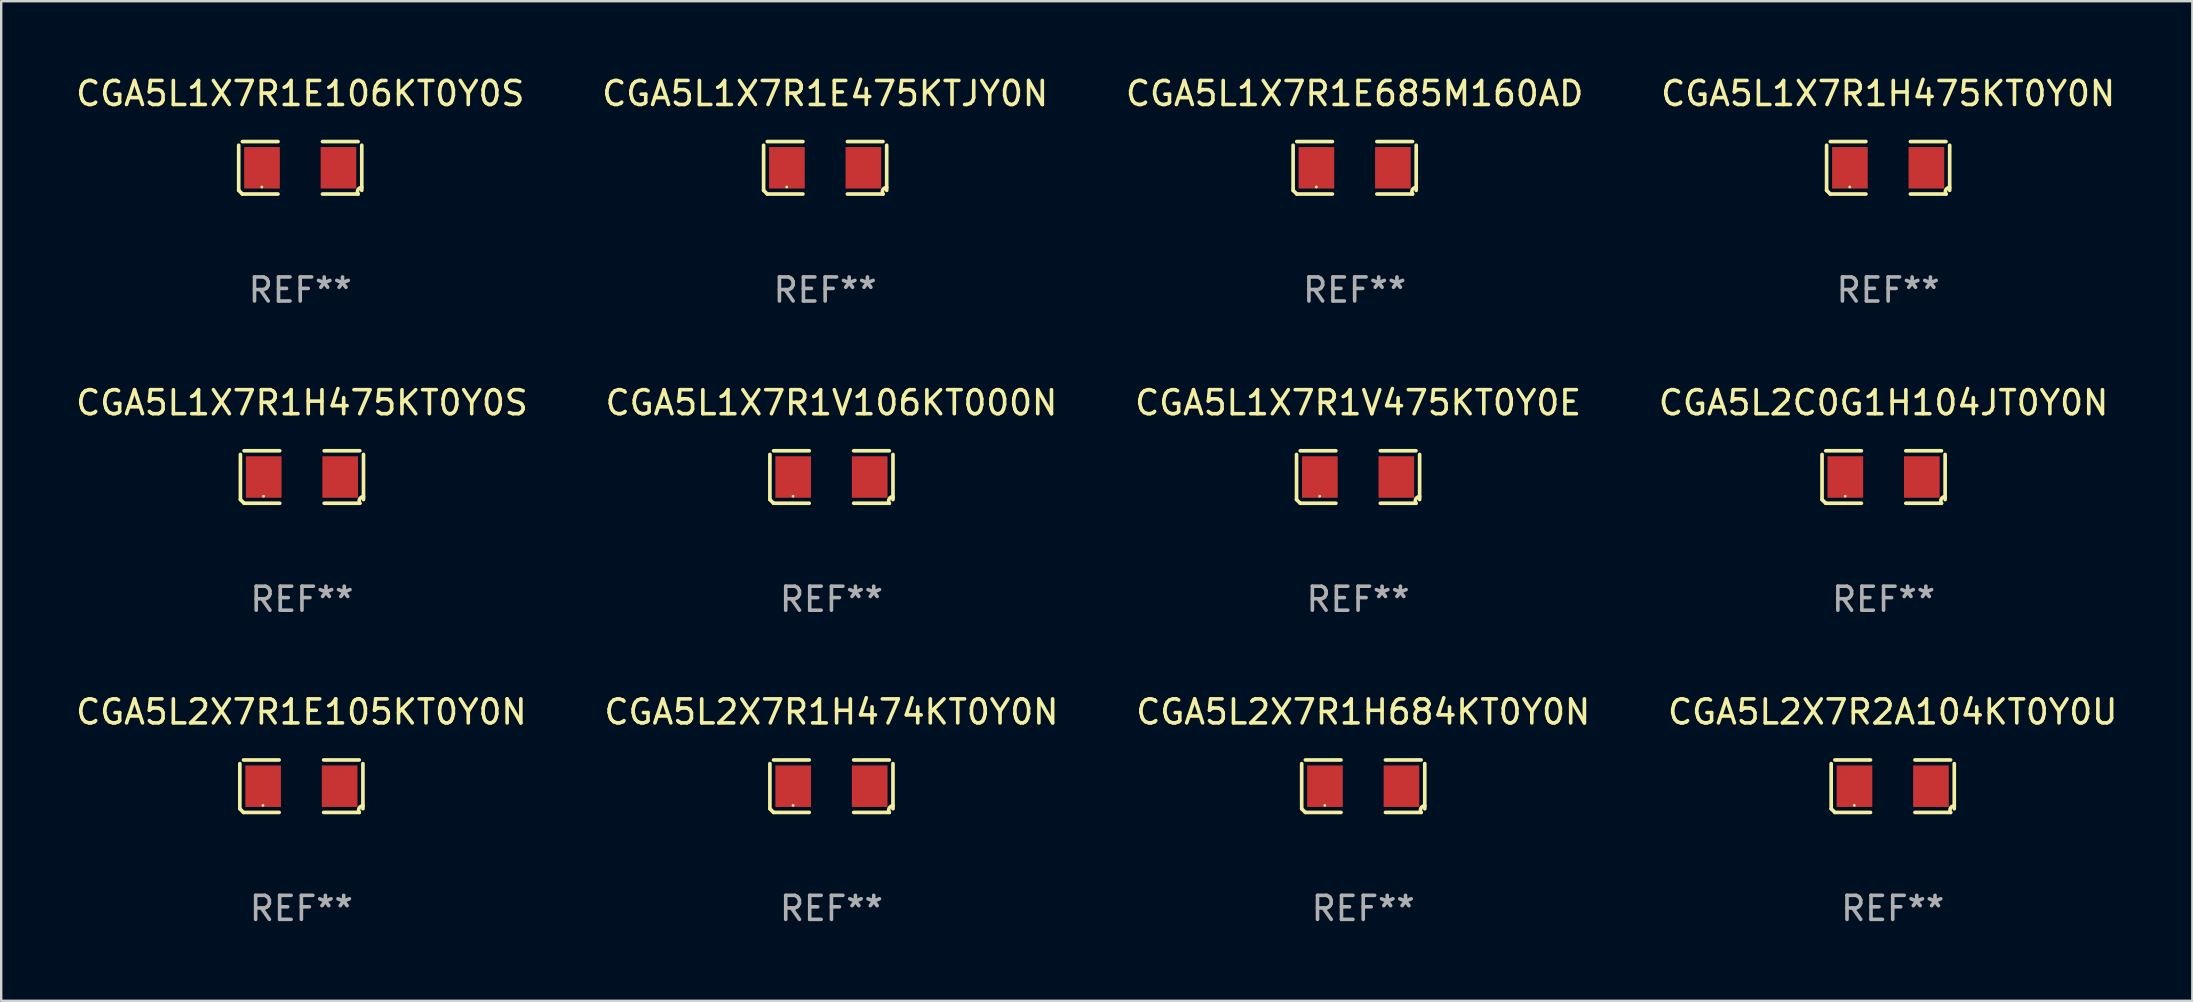
<source format=kicad_pcb>
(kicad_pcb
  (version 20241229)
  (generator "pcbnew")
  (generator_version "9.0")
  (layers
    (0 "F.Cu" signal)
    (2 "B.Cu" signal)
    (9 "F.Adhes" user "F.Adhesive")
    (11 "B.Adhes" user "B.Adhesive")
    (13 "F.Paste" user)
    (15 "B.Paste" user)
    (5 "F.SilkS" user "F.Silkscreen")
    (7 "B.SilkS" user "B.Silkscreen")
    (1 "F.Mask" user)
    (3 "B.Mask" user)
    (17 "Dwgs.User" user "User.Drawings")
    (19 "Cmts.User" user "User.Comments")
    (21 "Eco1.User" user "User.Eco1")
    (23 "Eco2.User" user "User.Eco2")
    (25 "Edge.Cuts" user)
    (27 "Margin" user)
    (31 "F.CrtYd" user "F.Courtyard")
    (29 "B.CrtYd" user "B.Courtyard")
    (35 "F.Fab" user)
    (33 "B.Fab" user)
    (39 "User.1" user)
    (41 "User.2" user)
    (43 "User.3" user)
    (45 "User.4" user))
  (footprint "CGA5L2C0G1H104JT0Y0N"
    (layer "F.Cu")
    (at 75.423 16.823)
    (property "Reference" "CGA5L2C0G1H104JT0Y0N" (at 0 -3.093 0) (layer "F.SilkS") (effects (font (size 1 1) (thickness 0.15))))
    (attr through_hole)
    (fp_line (start -2.564 0.94) (end -2.564 -0.94) (stroke (width 0.152) (type solid)) (layer "F.SilkS"))
    (fp_line (start -2.411 -1.093) (end -0.926 -1.093) (stroke (width 0.152) (type solid)) (layer "F.SilkS"))
    (fp_line (start -0.926 1.093) (end -2.411 1.093) (stroke (width 0.152) (type solid)) (layer "F.SilkS"))
    (fp_line (start 0.926 1.093) (end 2.411 1.093) (stroke (width 0.152) (type solid)) (layer "F.SilkS"))
    (fp_line (start 2.411 -1.093) (end 0.926 -1.093) (stroke (width 0.152) (type solid)) (layer "F.SilkS"))
    (fp_line (start 2.564 0.94) (end 2.564 -0.94) (stroke (width 0.152) (type solid)) (layer "F.SilkS"))
    (fp_arc (start -2.411201 1.092609) (mid -2.487413 1.01642) (end -2.563602 0.940208) (stroke (width 0.1524) (type solid)) (layer "F.SilkS"))
    (fp_arc (start 2.411201 1.092609) (mid 2.407159 0.911226) (end 2.563602 0.819347) (stroke (width 0.1524) (type solid)) (layer "F.SilkS"))
    (fp_circle (center -1.6 0.8) (end -1.57 0.8) (stroke (width 0.06) (type solid)) (fill no) (layer "F.SilkS"))
    (fp_text user "REF**" (at 0 5.093 0) (layer "F.Fab") (effects (font (size 1 1) (thickness 0.15))))
    (pad "1" smd rect (at -1.593 0) (size 1.485 1.728) (layers "F.Cu" "F.Mask" "F.Paste"))
    (pad "2" smd rect (at 1.593 0) (size 1.485 1.728) (layers "F.Cu" "F.Mask" "F.Paste")))
  (footprint "CGA5L2X7R2A104KT0Y0U"
    (layer "F.Cu")
    (at 75.804 29.704)
    (property "Reference" "CGA5L2X7R2A104KT0Y0U" (at 0 -3.093 0) (layer "F.SilkS") (effects (font (size 1 1) (thickness 0.15))))
    (attr through_hole)
    (fp_line (start -2.564 0.94) (end -2.564 -0.94) (stroke (width 0.152) (type solid)) (layer "F.SilkS"))
    (fp_line (start -2.411 -1.093) (end -0.926 -1.093) (stroke (width 0.152) (type solid)) (layer "F.SilkS"))
    (fp_line (start -0.926 1.093) (end -2.411 1.093) (stroke (width 0.152) (type solid)) (layer "F.SilkS"))
    (fp_line (start 0.926 1.093) (end 2.411 1.093) (stroke (width 0.152) (type solid)) (layer "F.SilkS"))
    (fp_line (start 2.411 -1.093) (end 0.926 -1.093) (stroke (width 0.152) (type solid)) (layer "F.SilkS"))
    (fp_line (start 2.564 0.94) (end 2.564 -0.94) (stroke (width 0.152) (type solid)) (layer "F.SilkS"))
    (fp_arc (start -2.411201 1.092609) (mid -2.487413 1.01642) (end -2.563602 0.940208) (stroke (width 0.1524) (type solid)) (layer "F.SilkS"))
    (fp_arc (start 2.411201 1.092609) (mid 2.407159 0.911226) (end 2.563602 0.819347) (stroke (width 0.1524) (type solid)) (layer "F.SilkS"))
    (fp_circle (center -1.6 0.8) (end -1.57 0.8) (stroke (width 0.06) (type solid)) (fill no) (layer "F.SilkS"))
    (fp_text user "REF**" (at 0 5.093 0) (layer "F.Fab") (effects (font (size 1 1) (thickness 0.15))))
    (pad "1" smd rect (at -1.593 0) (size 1.485 1.728) (layers "F.Cu" "F.Mask" "F.Paste"))
    (pad "2" smd rect (at 1.593 0) (size 1.485 1.728) (layers "F.Cu" "F.Mask" "F.Paste")))
  (footprint "CGA5L2X7R1H684KT0Y0N"
    (layer "F.Cu")
    (at 53.744 29.704)
    (property "Reference" "CGA5L2X7R1H684KT0Y0N" (at 0 -3.093 0) (layer "F.SilkS") (effects (font (size 1 1) (thickness 0.15))))
    (attr through_hole)
    (fp_line (start -2.564 0.94) (end -2.564 -0.94) (stroke (width 0.152) (type solid)) (layer "F.SilkS"))
    (fp_line (start -2.411 -1.093) (end -0.926 -1.093) (stroke (width 0.152) (type solid)) (layer "F.SilkS"))
    (fp_line (start -0.926 1.093) (end -2.411 1.093) (stroke (width 0.152) (type solid)) (layer "F.SilkS"))
    (fp_line (start 0.926 1.093) (end 2.411 1.093) (stroke (width 0.152) (type solid)) (layer "F.SilkS"))
    (fp_line (start 2.411 -1.093) (end 0.926 -1.093) (stroke (width 0.152) (type solid)) (layer "F.SilkS"))
    (fp_line (start 2.564 0.94) (end 2.564 -0.94) (stroke (width 0.152) (type solid)) (layer "F.SilkS"))
    (fp_arc (start -2.411201 1.092609) (mid -2.487413 1.01642) (end -2.563602 0.940208) (stroke (width 0.1524) (type solid)) (layer "F.SilkS"))
    (fp_arc (start 2.411201 1.092609) (mid 2.407159 0.911226) (end 2.563602 0.819347) (stroke (width 0.1524) (type solid)) (layer "F.SilkS"))
    (fp_circle (center -1.6 0.8) (end -1.57 0.8) (stroke (width 0.06) (type solid)) (fill no) (layer "F.SilkS"))
    (fp_text user "REF**" (at 0 5.093 0) (layer "F.Fab") (effects (font (size 1 1) (thickness 0.15))))
    (pad "1" smd rect (at -1.593 0) (size 1.485 1.728) (layers "F.Cu" "F.Mask" "F.Paste"))
    (pad "2" smd rect (at 1.593 0) (size 1.485 1.728) (layers "F.Cu" "F.Mask" "F.Paste")))
  (footprint "CGA5L1X7R1H475KT0Y0N"
    (layer "F.Cu")
    (at 75.613 3.941)
    (property "Reference" "CGA5L1X7R1H475KT0Y0N" (at 0 -3.093 0) (layer "F.SilkS") (effects (font (size 1 1) (thickness 0.15))))
    (attr through_hole)
    (fp_line (start -2.564 0.94) (end -2.564 -0.94) (stroke (width 0.152) (type solid)) (layer "F.SilkS"))
    (fp_line (start -2.411 -1.093) (end -0.926 -1.093) (stroke (width 0.152) (type solid)) (layer "F.SilkS"))
    (fp_line (start -0.926 1.093) (end -2.411 1.093) (stroke (width 0.152) (type solid)) (layer "F.SilkS"))
    (fp_line (start 0.926 1.093) (end 2.411 1.093) (stroke (width 0.152) (type solid)) (layer "F.SilkS"))
    (fp_line (start 2.411 -1.093) (end 0.926 -1.093) (stroke (width 0.152) (type solid)) (layer "F.SilkS"))
    (fp_line (start 2.564 0.94) (end 2.564 -0.94) (stroke (width 0.152) (type solid)) (layer "F.SilkS"))
    (fp_arc (start -2.411201 1.092609) (mid -2.487413 1.01642) (end -2.563602 0.940208) (stroke (width 0.1524) (type solid)) (layer "F.SilkS"))
    (fp_arc (start 2.411201 1.092609) (mid 2.407159 0.911226) (end 2.563602 0.819347) (stroke (width 0.1524) (type solid)) (layer "F.SilkS"))
    (fp_circle (center -1.6 0.8) (end -1.57 0.8) (stroke (width 0.06) (type solid)) (fill no) (layer "F.SilkS"))
    (fp_text user "REF**" (at 0 5.093 0) (layer "F.Fab") (effects (font (size 1 1) (thickness 0.15))))
    (pad "1" smd rect (at -1.593 0) (size 1.485 1.728) (layers "F.Cu" "F.Mask" "F.Paste"))
    (pad "2" smd rect (at 1.593 0) (size 1.485 1.728) (layers "F.Cu" "F.Mask" "F.Paste")))
  (footprint "CGA5L1X7R1E685M160AD"
    (layer "F.Cu")
    (at 53.387 3.941)
    (property "Reference" "CGA5L1X7R1E685M160AD" (at 0 -3.093 0) (layer "F.SilkS") (effects (font (size 1 1) (thickness 0.15))))
    (attr through_hole)
    (fp_line (start -2.564 0.94) (end -2.564 -0.94) (stroke (width 0.152) (type solid)) (layer "F.SilkS"))
    (fp_line (start -2.411 -1.093) (end -0.926 -1.093) (stroke (width 0.152) (type solid)) (layer "F.SilkS"))
    (fp_line (start -0.926 1.093) (end -2.411 1.093) (stroke (width 0.152) (type solid)) (layer "F.SilkS"))
    (fp_line (start 0.926 1.093) (end 2.411 1.093) (stroke (width 0.152) (type solid)) (layer "F.SilkS"))
    (fp_line (start 2.411 -1.093) (end 0.926 -1.093) (stroke (width 0.152) (type solid)) (layer "F.SilkS"))
    (fp_line (start 2.564 0.94) (end 2.564 -0.94) (stroke (width 0.152) (type solid)) (layer "F.SilkS"))
    (fp_arc (start -2.411201 1.092609) (mid -2.487413 1.01642) (end -2.563602 0.940208) (stroke (width 0.1524) (type solid)) (layer "F.SilkS"))
    (fp_arc (start 2.411201 1.092609) (mid 2.407159 0.911226) (end 2.563602 0.819347) (stroke (width 0.1524) (type solid)) (layer "F.SilkS"))
    (fp_circle (center -1.6 0.8) (end -1.57 0.8) (stroke (width 0.06) (type solid)) (fill no) (layer "F.SilkS"))
    (fp_text user "REF**" (at 0 5.093 0) (layer "F.Fab") (effects (font (size 1 1) (thickness 0.15))))
    (pad "1" smd rect (at -1.593 0) (size 1.485 1.728) (layers "F.Cu" "F.Mask" "F.Paste"))
    (pad "2" smd rect (at 1.593 0) (size 1.485 1.728) (layers "F.Cu" "F.Mask" "F.Paste")))
  (footprint "CGA5L1X7R1V106KT000N"
    (layer "F.Cu")
    (at 31.589 16.823)
    (property "Reference" "CGA5L1X7R1V106KT000N" (at 0 -3.093 0) (layer "F.SilkS") (effects (font (size 1 1) (thickness 0.15))))
    (attr through_hole)
    (fp_line (start -2.564 0.94) (end -2.564 -0.94) (stroke (width 0.152) (type solid)) (layer "F.SilkS"))
    (fp_line (start -2.411 -1.093) (end -0.926 -1.093) (stroke (width 0.152) (type solid)) (layer "F.SilkS"))
    (fp_line (start -0.926 1.093) (end -2.411 1.093) (stroke (width 0.152) (type solid)) (layer "F.SilkS"))
    (fp_line (start 0.926 1.093) (end 2.411 1.093) (stroke (width 0.152) (type solid)) (layer "F.SilkS"))
    (fp_line (start 2.411 -1.093) (end 0.926 -1.093) (stroke (width 0.152) (type solid)) (layer "F.SilkS"))
    (fp_line (start 2.564 0.94) (end 2.564 -0.94) (stroke (width 0.152) (type solid)) (layer "F.SilkS"))
    (fp_arc (start -2.411201 1.092609) (mid -2.487413 1.01642) (end -2.563602 0.940208) (stroke (width 0.1524) (type solid)) (layer "F.SilkS"))
    (fp_arc (start 2.411201 1.092609) (mid 2.407159 0.911226) (end 2.563602 0.819347) (stroke (width 0.1524) (type solid)) (layer "F.SilkS"))
    (fp_circle (center -1.6 0.8) (end -1.57 0.8) (stroke (width 0.06) (type solid)) (fill no) (layer "F.SilkS"))
    (fp_text user "REF**" (at 0 5.093 0) (layer "F.Fab") (effects (font (size 1 1) (thickness 0.15))))
    (pad "1" smd rect (at -1.593 0) (size 1.485 1.728) (layers "F.Cu" "F.Mask" "F.Paste"))
    (pad "2" smd rect (at 1.593 0) (size 1.485 1.728) (layers "F.Cu" "F.Mask" "F.Paste")))
  (footprint "CGA5L1X7R1E475KTJY0N"
    (layer "F.Cu")
    (at 31.327 3.941)
    (property "Reference" "CGA5L1X7R1E475KTJY0N" (at 0 -3.093 0) (layer "F.SilkS") (effects (font (size 1 1) (thickness 0.15))))
    (attr through_hole)
    (fp_line (start -2.564 0.94) (end -2.564 -0.94) (stroke (width 0.152) (type solid)) (layer "F.SilkS"))
    (fp_line (start -2.411 -1.093) (end -0.926 -1.093) (stroke (width 0.152) (type solid)) (layer "F.SilkS"))
    (fp_line (start -0.926 1.093) (end -2.411 1.093) (stroke (width 0.152) (type solid)) (layer "F.SilkS"))
    (fp_line (start 0.926 1.093) (end 2.411 1.093) (stroke (width 0.152) (type solid)) (layer "F.SilkS"))
    (fp_line (start 2.411 -1.093) (end 0.926 -1.093) (stroke (width 0.152) (type solid)) (layer "F.SilkS"))
    (fp_line (start 2.564 0.94) (end 2.564 -0.94) (stroke (width 0.152) (type solid)) (layer "F.SilkS"))
    (fp_arc (start -2.411201 1.092609) (mid -2.487413 1.01642) (end -2.563602 0.940208) (stroke (width 0.1524) (type solid)) (layer "F.SilkS"))
    (fp_arc (start 2.411201 1.092609) (mid 2.407159 0.911226) (end 2.563602 0.819347) (stroke (width 0.1524) (type solid)) (layer "F.SilkS"))
    (fp_circle (center -1.6 0.8) (end -1.57 0.8) (stroke (width 0.06) (type solid)) (fill no) (layer "F.SilkS"))
    (fp_text user "REF**" (at 0 5.093 0) (layer "F.Fab") (effects (font (size 1 1) (thickness 0.15))))
    (pad "1" smd rect (at -1.593 0) (size 1.485 1.728) (layers "F.Cu" "F.Mask" "F.Paste"))
    (pad "2" smd rect (at 1.593 0) (size 1.485 1.728) (layers "F.Cu" "F.Mask" "F.Paste")))
  (footprint "CGA5L1X7R1E106KT0Y0S"
    (layer "F.Cu")
    (at 9.458 3.941)
    (property "Reference" "CGA5L1X7R1E106KT0Y0S" (at 0 -3.093 0) (layer "F.SilkS") (effects (font (size 1 1) (thickness 0.15))))
    (attr through_hole)
    (fp_line (start -2.564 0.94) (end -2.564 -0.94) (stroke (width 0.152) (type solid)) (layer "F.SilkS"))
    (fp_line (start -2.411 -1.093) (end -0.926 -1.093) (stroke (width 0.152) (type solid)) (layer "F.SilkS"))
    (fp_line (start -0.926 1.093) (end -2.411 1.093) (stroke (width 0.152) (type solid)) (layer "F.SilkS"))
    (fp_line (start 0.926 1.093) (end 2.411 1.093) (stroke (width 0.152) (type solid)) (layer "F.SilkS"))
    (fp_line (start 2.411 -1.093) (end 0.926 -1.093) (stroke (width 0.152) (type solid)) (layer "F.SilkS"))
    (fp_line (start 2.564 0.94) (end 2.564 -0.94) (stroke (width 0.152) (type solid)) (layer "F.SilkS"))
    (fp_arc (start -2.411201 1.092609) (mid -2.487413 1.01642) (end -2.563602 0.940208) (stroke (width 0.1524) (type solid)) (layer "F.SilkS"))
    (fp_arc (start 2.411201 1.092609) (mid 2.407159 0.911226) (end 2.563602 0.819347) (stroke (width 0.1524) (type solid)) (layer "F.SilkS"))
    (fp_circle (center -1.6 0.8) (end -1.57 0.8) (stroke (width 0.06) (type solid)) (fill no) (layer "F.SilkS"))
    (fp_text user "REF**" (at 0 5.093 0) (layer "F.Fab") (effects (font (size 1 1) (thickness 0.15))))
    (pad "1" smd rect (at -1.593 0) (size 1.485 1.728) (layers "F.Cu" "F.Mask" "F.Paste"))
    (pad "2" smd rect (at 1.593 0) (size 1.485 1.728) (layers "F.Cu" "F.Mask" "F.Paste")))
  (footprint "CGA5L1X7R1H475KT0Y0S"
    (layer "F.Cu")
    (at 9.53 16.823)
    (property "Reference" "CGA5L1X7R1H475KT0Y0S" (at 0 -3.093 0) (layer "F.SilkS") (effects (font (size 1 1) (thickness 0.15))))
    (attr through_hole)
    (fp_line (start -2.564 0.94) (end -2.564 -0.94) (stroke (width 0.152) (type solid)) (layer "F.SilkS"))
    (fp_line (start -2.411 -1.093) (end -0.926 -1.093) (stroke (width 0.152) (type solid)) (layer "F.SilkS"))
    (fp_line (start -0.926 1.093) (end -2.411 1.093) (stroke (width 0.152) (type solid)) (layer "F.SilkS"))
    (fp_line (start 0.926 1.093) (end 2.411 1.093) (stroke (width 0.152) (type solid)) (layer "F.SilkS"))
    (fp_line (start 2.411 -1.093) (end 0.926 -1.093) (stroke (width 0.152) (type solid)) (layer "F.SilkS"))
    (fp_line (start 2.564 0.94) (end 2.564 -0.94) (stroke (width 0.152) (type solid)) (layer "F.SilkS"))
    (fp_arc (start -2.411201 1.092609) (mid -2.487413 1.01642) (end -2.563602 0.940208) (stroke (width 0.1524) (type solid)) (layer "F.SilkS"))
    (fp_arc (start 2.411201 1.092609) (mid 2.407159 0.911226) (end 2.563602 0.819347) (stroke (width 0.1524) (type solid)) (layer "F.SilkS"))
    (fp_circle (center -1.6 0.8) (end -1.57 0.8) (stroke (width 0.06) (type solid)) (fill no) (layer "F.SilkS"))
    (fp_text user "REF**" (at 0 5.093 0) (layer "F.Fab") (effects (font (size 1 1) (thickness 0.15))))
    (pad "1" smd rect (at -1.593 0) (size 1.485 1.728) (layers "F.Cu" "F.Mask" "F.Paste"))
    (pad "2" smd rect (at 1.593 0) (size 1.485 1.728) (layers "F.Cu" "F.Mask" "F.Paste")))
  (footprint "CGA5L2X7R1E105KT0Y0N"
    (layer "F.Cu")
    (at 9.506 29.704)
    (property "Reference" "CGA5L2X7R1E105KT0Y0N" (at 0 -3.093 0) (layer "F.SilkS") (effects (font (size 1 1) (thickness 0.15))))
    (attr through_hole)
    (fp_line (start -2.564 0.94) (end -2.564 -0.94) (stroke (width 0.152) (type solid)) (layer "F.SilkS"))
    (fp_line (start -2.411 -1.093) (end -0.926 -1.093) (stroke (width 0.152) (type solid)) (layer "F.SilkS"))
    (fp_line (start -0.926 1.093) (end -2.411 1.093) (stroke (width 0.152) (type solid)) (layer "F.SilkS"))
    (fp_line (start 0.926 1.093) (end 2.411 1.093) (stroke (width 0.152) (type solid)) (layer "F.SilkS"))
    (fp_line (start 2.411 -1.093) (end 0.926 -1.093) (stroke (width 0.152) (type solid)) (layer "F.SilkS"))
    (fp_line (start 2.564 0.94) (end 2.564 -0.94) (stroke (width 0.152) (type solid)) (layer "F.SilkS"))
    (fp_arc (start -2.411201 1.092609) (mid -2.487413 1.01642) (end -2.563602 0.940208) (stroke (width 0.1524) (type solid)) (layer "F.SilkS"))
    (fp_arc (start 2.411201 1.092609) (mid 2.407159 0.911226) (end 2.563602 0.819347) (stroke (width 0.1524) (type solid)) (layer "F.SilkS"))
    (fp_circle (center -1.6 0.8) (end -1.57 0.8) (stroke (width 0.06) (type solid)) (fill no) (layer "F.SilkS"))
    (fp_text user "REF**" (at 0 5.093 0) (layer "F.Fab") (effects (font (size 1 1) (thickness 0.15))))
    (pad "1" smd rect (at -1.593 0) (size 1.485 1.728) (layers "F.Cu" "F.Mask" "F.Paste"))
    (pad "2" smd rect (at 1.593 0) (size 1.485 1.728) (layers "F.Cu" "F.Mask" "F.Paste")))
  (footprint "CGA5L2X7R1H474KT0Y0N"
    (layer "F.Cu")
    (at 31.589 29.704)
    (property "Reference" "CGA5L2X7R1H474KT0Y0N" (at 0 -3.093 0) (layer "F.SilkS") (effects (font (size 1 1) (thickness 0.15))))
    (attr through_hole)
    (fp_line (start -2.564 0.94) (end -2.564 -0.94) (stroke (width 0.152) (type solid)) (layer "F.SilkS"))
    (fp_line (start -2.411 -1.093) (end -0.926 -1.093) (stroke (width 0.152) (type solid)) (layer "F.SilkS"))
    (fp_line (start -0.926 1.093) (end -2.411 1.093) (stroke (width 0.152) (type solid)) (layer "F.SilkS"))
    (fp_line (start 0.926 1.093) (end 2.411 1.093) (stroke (width 0.152) (type solid)) (layer "F.SilkS"))
    (fp_line (start 2.411 -1.093) (end 0.926 -1.093) (stroke (width 0.152) (type solid)) (layer "F.SilkS"))
    (fp_line (start 2.564 0.94) (end 2.564 -0.94) (stroke (width 0.152) (type solid)) (layer "F.SilkS"))
    (fp_arc (start -2.411201 1.092609) (mid -2.487413 1.01642) (end -2.563602 0.940208) (stroke (width 0.1524) (type solid)) (layer "F.SilkS"))
    (fp_arc (start 2.411201 1.092609) (mid 2.407159 0.911226) (end 2.563602 0.819347) (stroke (width 0.1524) (type solid)) (layer "F.SilkS"))
    (fp_circle (center -1.6 0.8) (end -1.57 0.8) (stroke (width 0.06) (type solid)) (fill no) (layer "F.SilkS"))
    (fp_text user "REF**" (at 0 5.093 0) (layer "F.Fab") (effects (font (size 1 1) (thickness 0.15))))
    (pad "1" smd rect (at -1.593 0) (size 1.485 1.728) (layers "F.Cu" "F.Mask" "F.Paste"))
    (pad "2" smd rect (at 1.593 0) (size 1.485 1.728) (layers "F.Cu" "F.Mask" "F.Paste")))
  (footprint "CGA5L1X7R1V475KT0Y0E"
    (layer "F.Cu")
    (at 53.53 16.823)
    (property "Reference" "CGA5L1X7R1V475KT0Y0E" (at 0 -3.093 0) (layer "F.SilkS") (effects (font (size 1 1) (thickness 0.15))))
    (attr through_hole)
    (fp_line (start -2.564 0.94) (end -2.564 -0.94) (stroke (width 0.152) (type solid)) (layer "F.SilkS"))
    (fp_line (start -2.411 -1.093) (end -0.926 -1.093) (stroke (width 0.152) (type solid)) (layer "F.SilkS"))
    (fp_line (start -0.926 1.093) (end -2.411 1.093) (stroke (width 0.152) (type solid)) (layer "F.SilkS"))
    (fp_line (start 0.926 1.093) (end 2.411 1.093) (stroke (width 0.152) (type solid)) (layer "F.SilkS"))
    (fp_line (start 2.411 -1.093) (end 0.926 -1.093) (stroke (width 0.152) (type solid)) (layer "F.SilkS"))
    (fp_line (start 2.564 0.94) (end 2.564 -0.94) (stroke (width 0.152) (type solid)) (layer "F.SilkS"))
    (fp_arc (start -2.411201 1.092609) (mid -2.487413 1.01642) (end -2.563602 0.940208) (stroke (width 0.1524) (type solid)) (layer "F.SilkS"))
    (fp_arc (start 2.411201 1.092609) (mid 2.407159 0.911226) (end 2.563602 0.819347) (stroke (width 0.1524) (type solid)) (layer "F.SilkS"))
    (fp_circle (center -1.6 0.8) (end -1.57 0.8) (stroke (width 0.06) (type solid)) (fill no) (layer "F.SilkS"))
    (fp_text user "REF**" (at 0 5.093 0) (layer "F.Fab") (effects (font (size 1 1) (thickness 0.15))))
    (pad "1" smd rect (at -1.593 0) (size 1.485 1.728) (layers "F.Cu" "F.Mask" "F.Paste"))
    (pad "2" smd rect (at 1.593 0) (size 1.485 1.728) (layers "F.Cu" "F.Mask" "F.Paste")))
  (gr_rect
    (start -3 -3)
    (end 88.286 38.645)
    (stroke (width 0.1) (type default))
    (fill no)
    (layer "Edge.Cuts")))
</source>
